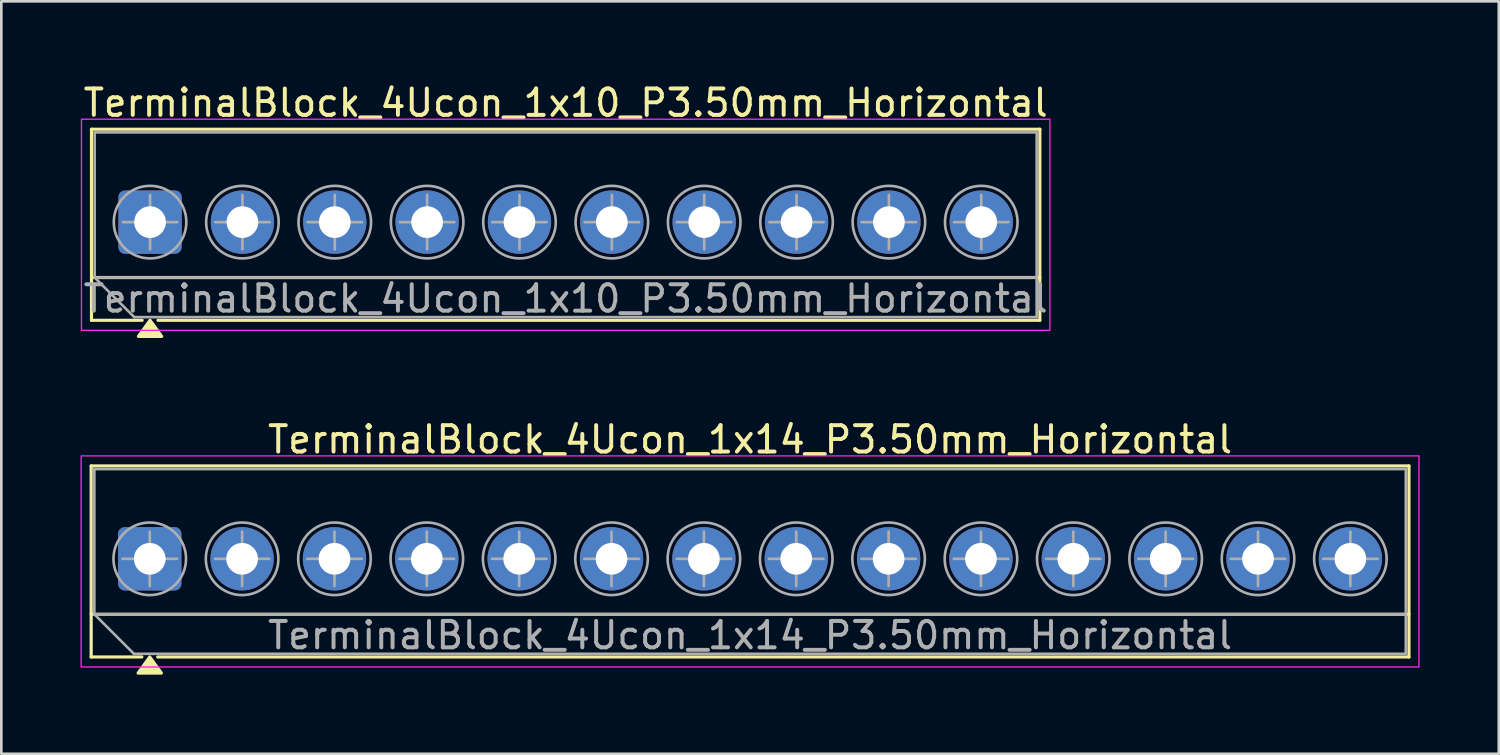
<source format=kicad_pcb>
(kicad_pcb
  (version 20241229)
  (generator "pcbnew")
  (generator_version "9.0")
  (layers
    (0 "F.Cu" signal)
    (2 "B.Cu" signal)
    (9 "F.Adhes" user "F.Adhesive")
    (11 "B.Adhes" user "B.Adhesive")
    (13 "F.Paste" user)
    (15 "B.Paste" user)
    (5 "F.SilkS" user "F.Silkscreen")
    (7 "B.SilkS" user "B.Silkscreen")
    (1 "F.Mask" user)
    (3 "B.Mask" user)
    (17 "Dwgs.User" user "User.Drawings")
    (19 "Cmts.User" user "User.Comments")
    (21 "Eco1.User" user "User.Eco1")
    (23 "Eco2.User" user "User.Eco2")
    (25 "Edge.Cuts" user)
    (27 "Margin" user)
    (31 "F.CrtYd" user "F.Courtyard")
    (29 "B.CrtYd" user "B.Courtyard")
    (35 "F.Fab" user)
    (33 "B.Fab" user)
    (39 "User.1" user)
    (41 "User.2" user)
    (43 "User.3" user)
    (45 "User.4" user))
  (footprint "TerminalBlock_4Ucon_1x10_P3.50mm_Horizontal"
    (layer "F.Cu")
    (at 2.637 5.368)
    (property "Reference" "TerminalBlock_4Ucon_1x10_P3.50mm_Horizontal" (at 15.75 -4.52 0) (layer "F.SilkS") (effects (font (size 1 1) (thickness 0.15))))
    (attr through_hole)
    (fp_line (start -2.22 -3.52) (end 33.72 -3.52) (stroke (width 0.12) (type solid)) (layer "F.SilkS"))
    (fp_line (start -2.22 2.1) (end 33.72 2.1) (stroke (width 0.12) (type solid)) (layer "F.SilkS"))
    (fp_line (start -2.22 3.72) (end -2.22 -3.52) (stroke (width 0.12) (type solid)) (layer "F.SilkS"))
    (fp_line (start -0.3 3.72) (end -2.22 3.72) (stroke (width 0.12) (type solid)) (layer "F.SilkS"))
    (fp_line (start 33.72 -3.52) (end 33.72 3.72) (stroke (width 0.12) (type solid)) (layer "F.SilkS"))
    (fp_line (start 33.72 3.72) (end 0.3 3.72) (stroke (width 0.12) (type solid)) (layer "F.SilkS"))
    (fp_poly (pts (xy 0 3.72) (xy 0.44 4.33) (xy -0.44 4.33)) (stroke (width 0.12) (type solid)) (fill yes) (layer "F.SilkS"))
    (fp_rect (start -2.6 -3.9) (end 34.1 4.1) (stroke (width 0.05) (type solid)) (fill no) (layer "F.CrtYd"))
    (fp_line (start -2.1 -3.4) (end 33.6 -3.4) (stroke (width 0.1) (type solid)) (layer "F.Fab"))
    (fp_line (start -2.1 2.1) (end -2.1 -3.4) (stroke (width 0.1) (type solid)) (layer "F.Fab"))
    (fp_line (start -2.1 2.1) (end 33.6 2.1) (stroke (width 0.1) (type solid)) (layer "F.Fab"))
    (fp_line (start -1.031 0) (end 1.031 0) (stroke (width 0.1) (type solid)) (layer "F.Fab"))
    (fp_line (start -0.6 3.6) (end -2.1 2.1) (stroke (width 0.1) (type solid)) (layer "F.Fab"))
    (fp_line (start 0 -1.031) (end 0 1.031) (stroke (width 0.1) (type solid)) (layer "F.Fab"))
    (fp_line (start 2.469 0) (end 4.531 0) (stroke (width 0.1) (type solid)) (layer "F.Fab"))
    (fp_line (start 3.5 -1.031) (end 3.5 1.031) (stroke (width 0.1) (type solid)) (layer "F.Fab"))
    (fp_line (start 5.969 0) (end 8.031 0) (stroke (width 0.1) (type solid)) (layer "F.Fab"))
    (fp_line (start 7 -1.031) (end 7 1.031) (stroke (width 0.1) (type solid)) (layer "F.Fab"))
    (fp_line (start 9.469 0) (end 11.531 0) (stroke (width 0.1) (type solid)) (layer "F.Fab"))
    (fp_line (start 10.5 -1.031) (end 10.5 1.031) (stroke (width 0.1) (type solid)) (layer "F.Fab"))
    (fp_line (start 12.969 0) (end 15.031 0) (stroke (width 0.1) (type solid)) (layer "F.Fab"))
    (fp_line (start 14 -1.031) (end 14 1.031) (stroke (width 0.1) (type solid)) (layer "F.Fab"))
    (fp_line (start 16.469 0) (end 18.531 0) (stroke (width 0.1) (type solid)) (layer "F.Fab"))
    (fp_line (start 17.5 -1.031) (end 17.5 1.031) (stroke (width 0.1) (type solid)) (layer "F.Fab"))
    (fp_line (start 19.969 0) (end 22.031 0) (stroke (width 0.1) (type solid)) (layer "F.Fab"))
    (fp_line (start 21 -1.031) (end 21 1.031) (stroke (width 0.1) (type solid)) (layer "F.Fab"))
    (fp_line (start 23.469 0) (end 25.531 0) (stroke (width 0.1) (type solid)) (layer "F.Fab"))
    (fp_line (start 24.5 -1.031) (end 24.5 1.031) (stroke (width 0.1) (type solid)) (layer "F.Fab"))
    (fp_line (start 26.969 0) (end 29.031 0) (stroke (width 0.1) (type solid)) (layer "F.Fab"))
    (fp_line (start 28 -1.031) (end 28 1.031) (stroke (width 0.1) (type solid)) (layer "F.Fab"))
    (fp_line (start 30.469 0) (end 32.531 0) (stroke (width 0.1) (type solid)) (layer "F.Fab"))
    (fp_line (start 31.5 -1.031) (end 31.5 1.031) (stroke (width 0.1) (type solid)) (layer "F.Fab"))
    (fp_line (start 33.6 -3.4) (end 33.6 3.6) (stroke (width 0.1) (type solid)) (layer "F.Fab"))
    (fp_line (start 33.6 3.6) (end -0.6 3.6) (stroke (width 0.1) (type solid)) (layer "F.Fab"))
    (fp_circle (center 0 0) (end 1.375 0) (stroke (width 0.1) (type solid)) (fill no) (layer "F.Fab"))
    (fp_circle (center 3.5 0) (end 4.875 0) (stroke (width 0.1) (type solid)) (fill no) (layer "F.Fab"))
    (fp_circle (center 7 0) (end 8.375 0) (stroke (width 0.1) (type solid)) (fill no) (layer "F.Fab"))
    (fp_circle (center 10.5 0) (end 11.875 0) (stroke (width 0.1) (type solid)) (fill no) (layer "F.Fab"))
    (fp_circle (center 14 0) (end 15.375 0) (stroke (width 0.1) (type solid)) (fill no) (layer "F.Fab"))
    (fp_circle (center 17.5 0) (end 18.875 0) (stroke (width 0.1) (type solid)) (fill no) (layer "F.Fab"))
    (fp_circle (center 21 0) (end 22.375 0) (stroke (width 0.1) (type solid)) (fill no) (layer "F.Fab"))
    (fp_circle (center 24.5 0) (end 25.875 0) (stroke (width 0.1) (type solid)) (fill no) (layer "F.Fab"))
    (fp_circle (center 28 0) (end 29.375 0) (stroke (width 0.1) (type solid)) (fill no) (layer "F.Fab"))
    (fp_circle (center 31.5 0) (end 32.875 0) (stroke (width 0.1) (type solid)) (fill no) (layer "F.Fab"))
    (fp_text user "${REFERENCE}" (at 15.75 2.9 0) (layer "F.Fab") (effects (font (size 1 1) (thickness 0.15))))
    (pad "1" thru_hole roundrect (at 0 0) (size 2.4 2.4) (drill 1.2) (layers "*.Cu" "*.Mask") (roundrect_rratio 0.104))
    (pad "2" thru_hole circle (at 3.5 0) (size 2.4 2.4) (drill 1.2) (layers "*.Cu" "*.Mask"))
    (pad "3" thru_hole circle (at 7 0) (size 2.4 2.4) (drill 1.2) (layers "*.Cu" "*.Mask"))
    (pad "4" thru_hole circle (at 10.5 0) (size 2.4 2.4) (drill 1.2) (layers "*.Cu" "*.Mask"))
    (pad "5" thru_hole circle (at 14 0) (size 2.4 2.4) (drill 1.2) (layers "*.Cu" "*.Mask"))
    (pad "6" thru_hole circle (at 17.5 0) (size 2.4 2.4) (drill 1.2) (layers "*.Cu" "*.Mask"))
    (pad "7" thru_hole circle (at 21 0) (size 2.4 2.4) (drill 1.2) (layers "*.Cu" "*.Mask"))
    (pad "8" thru_hole circle (at 24.5 0) (size 2.4 2.4) (drill 1.2) (layers "*.Cu" "*.Mask"))
    (pad "9" thru_hole circle (at 28 0) (size 2.4 2.4) (drill 1.2) (layers "*.Cu" "*.Mask"))
    (pad "10" thru_hole circle (at 31.5 0) (size 2.4 2.4) (drill 1.2) (layers "*.Cu" "*.Mask")))
  (footprint "TerminalBlock_4Ucon_1x14_P3.50mm_Horizontal"
    (layer "F.Cu")
    (at 2.625 18.127)
    (property "Reference" "TerminalBlock_4Ucon_1x14_P3.50mm_Horizontal" (at 22.75 -4.52 0) (layer "F.SilkS") (effects (font (size 1 1) (thickness 0.15))))
    (attr through_hole)
    (fp_line (start -2.22 -3.52) (end 47.72 -3.52) (stroke (width 0.12) (type solid)) (layer "F.SilkS"))
    (fp_line (start -2.22 2.1) (end 47.72 2.1) (stroke (width 0.12) (type solid)) (layer "F.SilkS"))
    (fp_line (start -2.22 3.72) (end -2.22 -3.52) (stroke (width 0.12) (type solid)) (layer "F.SilkS"))
    (fp_line (start -0.3 3.72) (end -2.22 3.72) (stroke (width 0.12) (type solid)) (layer "F.SilkS"))
    (fp_line (start 47.72 -3.52) (end 47.72 3.72) (stroke (width 0.12) (type solid)) (layer "F.SilkS"))
    (fp_line (start 47.72 3.72) (end 0.3 3.72) (stroke (width 0.12) (type solid)) (layer "F.SilkS"))
    (fp_poly (pts (xy 0 3.72) (xy 0.44 4.33) (xy -0.44 4.33)) (stroke (width 0.12) (type solid)) (fill yes) (layer "F.SilkS"))
    (fp_rect (start -2.6 -3.9) (end 48.1 4.1) (stroke (width 0.05) (type solid)) (fill no) (layer "F.CrtYd"))
    (fp_line (start -2.1 -3.4) (end 47.6 -3.4) (stroke (width 0.1) (type solid)) (layer "F.Fab"))
    (fp_line (start -2.1 2.1) (end -2.1 -3.4) (stroke (width 0.1) (type solid)) (layer "F.Fab"))
    (fp_line (start -2.1 2.1) (end 47.6 2.1) (stroke (width 0.1) (type solid)) (layer "F.Fab"))
    (fp_line (start -1.031 0) (end 1.031 0) (stroke (width 0.1) (type solid)) (layer "F.Fab"))
    (fp_line (start -0.6 3.6) (end -2.1 2.1) (stroke (width 0.1) (type solid)) (layer "F.Fab"))
    (fp_line (start 0 -1.031) (end 0 1.031) (stroke (width 0.1) (type solid)) (layer "F.Fab"))
    (fp_line (start 2.469 0) (end 4.531 0) (stroke (width 0.1) (type solid)) (layer "F.Fab"))
    (fp_line (start 3.5 -1.031) (end 3.5 1.031) (stroke (width 0.1) (type solid)) (layer "F.Fab"))
    (fp_line (start 5.969 0) (end 8.031 0) (stroke (width 0.1) (type solid)) (layer "F.Fab"))
    (fp_line (start 7 -1.031) (end 7 1.031) (stroke (width 0.1) (type solid)) (layer "F.Fab"))
    (fp_line (start 9.469 0) (end 11.531 0) (stroke (width 0.1) (type solid)) (layer "F.Fab"))
    (fp_line (start 10.5 -1.031) (end 10.5 1.031) (stroke (width 0.1) (type solid)) (layer "F.Fab"))
    (fp_line (start 12.969 0) (end 15.031 0) (stroke (width 0.1) (type solid)) (layer "F.Fab"))
    (fp_line (start 14 -1.031) (end 14 1.031) (stroke (width 0.1) (type solid)) (layer "F.Fab"))
    (fp_line (start 16.469 0) (end 18.531 0) (stroke (width 0.1) (type solid)) (layer "F.Fab"))
    (fp_line (start 17.5 -1.031) (end 17.5 1.031) (stroke (width 0.1) (type solid)) (layer "F.Fab"))
    (fp_line (start 19.969 0) (end 22.031 0) (stroke (width 0.1) (type solid)) (layer "F.Fab"))
    (fp_line (start 21 -1.031) (end 21 1.031) (stroke (width 0.1) (type solid)) (layer "F.Fab"))
    (fp_line (start 23.469 0) (end 25.531 0) (stroke (width 0.1) (type solid)) (layer "F.Fab"))
    (fp_line (start 24.5 -1.031) (end 24.5 1.031) (stroke (width 0.1) (type solid)) (layer "F.Fab"))
    (fp_line (start 26.969 0) (end 29.031 0) (stroke (width 0.1) (type solid)) (layer "F.Fab"))
    (fp_line (start 28 -1.031) (end 28 1.031) (stroke (width 0.1) (type solid)) (layer "F.Fab"))
    (fp_line (start 30.469 0) (end 32.531 0) (stroke (width 0.1) (type solid)) (layer "F.Fab"))
    (fp_line (start 31.5 -1.031) (end 31.5 1.031) (stroke (width 0.1) (type solid)) (layer "F.Fab"))
    (fp_line (start 33.969 0) (end 36.031 0) (stroke (width 0.1) (type solid)) (layer "F.Fab"))
    (fp_line (start 35 -1.031) (end 35 1.031) (stroke (width 0.1) (type solid)) (layer "F.Fab"))
    (fp_line (start 37.469 0) (end 39.531 0) (stroke (width 0.1) (type solid)) (layer "F.Fab"))
    (fp_line (start 38.5 -1.031) (end 38.5 1.031) (stroke (width 0.1) (type solid)) (layer "F.Fab"))
    (fp_line (start 40.969 0) (end 43.031 0) (stroke (width 0.1) (type solid)) (layer "F.Fab"))
    (fp_line (start 42 -1.031) (end 42 1.031) (stroke (width 0.1) (type solid)) (layer "F.Fab"))
    (fp_line (start 44.469 0) (end 46.531 0) (stroke (width 0.1) (type solid)) (layer "F.Fab"))
    (fp_line (start 45.5 -1.031) (end 45.5 1.031) (stroke (width 0.1) (type solid)) (layer "F.Fab"))
    (fp_line (start 47.6 -3.4) (end 47.6 3.6) (stroke (width 0.1) (type solid)) (layer "F.Fab"))
    (fp_line (start 47.6 3.6) (end -0.6 3.6) (stroke (width 0.1) (type solid)) (layer "F.Fab"))
    (fp_circle (center 0 0) (end 1.375 0) (stroke (width 0.1) (type solid)) (fill no) (layer "F.Fab"))
    (fp_circle (center 3.5 0) (end 4.875 0) (stroke (width 0.1) (type solid)) (fill no) (layer "F.Fab"))
    (fp_circle (center 7 0) (end 8.375 0) (stroke (width 0.1) (type solid)) (fill no) (layer "F.Fab"))
    (fp_circle (center 10.5 0) (end 11.875 0) (stroke (width 0.1) (type solid)) (fill no) (layer "F.Fab"))
    (fp_circle (center 14 0) (end 15.375 0) (stroke (width 0.1) (type solid)) (fill no) (layer "F.Fab"))
    (fp_circle (center 17.5 0) (end 18.875 0) (stroke (width 0.1) (type solid)) (fill no) (layer "F.Fab"))
    (fp_circle (center 21 0) (end 22.375 0) (stroke (width 0.1) (type solid)) (fill no) (layer "F.Fab"))
    (fp_circle (center 24.5 0) (end 25.875 0) (stroke (width 0.1) (type solid)) (fill no) (layer "F.Fab"))
    (fp_circle (center 28 0) (end 29.375 0) (stroke (width 0.1) (type solid)) (fill no) (layer "F.Fab"))
    (fp_circle (center 31.5 0) (end 32.875 0) (stroke (width 0.1) (type solid)) (fill no) (layer "F.Fab"))
    (fp_circle (center 35 0) (end 36.375 0) (stroke (width 0.1) (type solid)) (fill no) (layer "F.Fab"))
    (fp_circle (center 38.5 0) (end 39.875 0) (stroke (width 0.1) (type solid)) (fill no) (layer "F.Fab"))
    (fp_circle (center 42 0) (end 43.375 0) (stroke (width 0.1) (type solid)) (fill no) (layer "F.Fab"))
    (fp_circle (center 45.5 0) (end 46.875 0) (stroke (width 0.1) (type solid)) (fill no) (layer "F.Fab"))
    (fp_text user "${REFERENCE}" (at 22.75 2.9 0) (layer "F.Fab") (effects (font (size 1 1) (thickness 0.15))))
    (pad "1" thru_hole roundrect (at 0 0) (size 2.4 2.4) (drill 1.2) (layers "*.Cu" "*.Mask") (roundrect_rratio 0.104))
    (pad "2" thru_hole circle (at 3.5 0) (size 2.4 2.4) (drill 1.2) (layers "*.Cu" "*.Mask"))
    (pad "3" thru_hole circle (at 7 0) (size 2.4 2.4) (drill 1.2) (layers "*.Cu" "*.Mask"))
    (pad "4" thru_hole circle (at 10.5 0) (size 2.4 2.4) (drill 1.2) (layers "*.Cu" "*.Mask"))
    (pad "5" thru_hole circle (at 14 0) (size 2.4 2.4) (drill 1.2) (layers "*.Cu" "*.Mask"))
    (pad "6" thru_hole circle (at 17.5 0) (size 2.4 2.4) (drill 1.2) (layers "*.Cu" "*.Mask"))
    (pad "7" thru_hole circle (at 21 0) (size 2.4 2.4) (drill 1.2) (layers "*.Cu" "*.Mask"))
    (pad "8" thru_hole circle (at 24.5 0) (size 2.4 2.4) (drill 1.2) (layers "*.Cu" "*.Mask"))
    (pad "9" thru_hole circle (at 28 0) (size 2.4 2.4) (drill 1.2) (layers "*.Cu" "*.Mask"))
    (pad "10" thru_hole circle (at 31.5 0) (size 2.4 2.4) (drill 1.2) (layers "*.Cu" "*.Mask"))
    (pad "11" thru_hole circle (at 35 0) (size 2.4 2.4) (drill 1.2) (layers "*.Cu" "*.Mask"))
    (pad "12" thru_hole circle (at 38.5 0) (size 2.4 2.4) (drill 1.2) (layers "*.Cu" "*.Mask"))
    (pad "13" thru_hole circle (at 42 0) (size 2.4 2.4) (drill 1.2) (layers "*.Cu" "*.Mask"))
    (pad "14" thru_hole circle (at 45.5 0) (size 2.4 2.4) (drill 1.2) (layers "*.Cu" "*.Mask")))
  (gr_rect
    (start -3 -3)
    (end 53.75 25.517)
    (stroke (width 0.1) (type default))
    (fill no)
    (layer "Edge.Cuts")))
</source>
